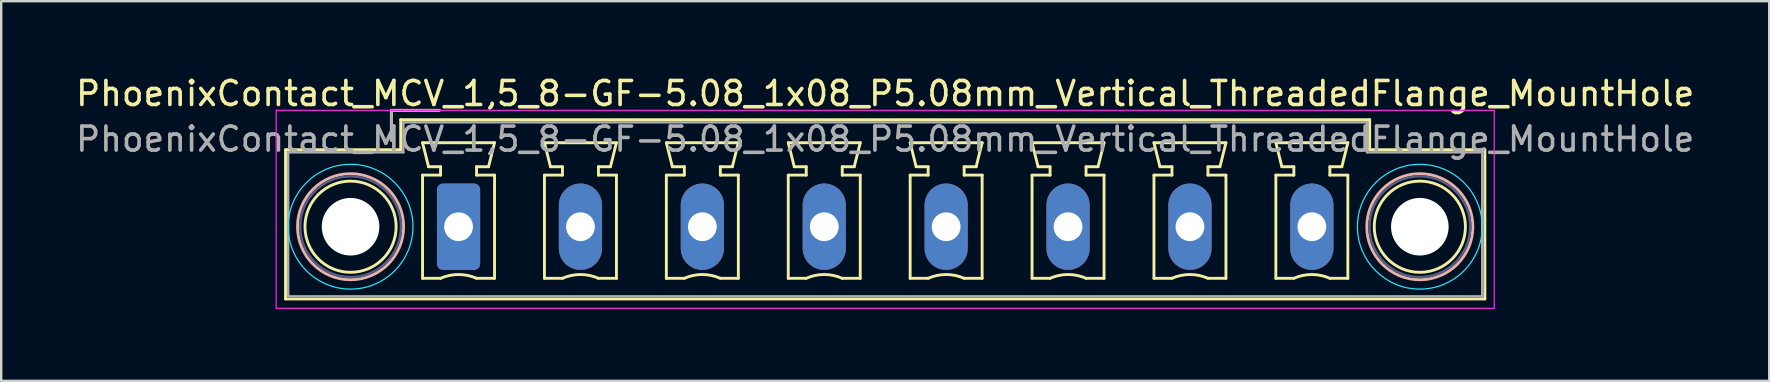
<source format=kicad_pcb>
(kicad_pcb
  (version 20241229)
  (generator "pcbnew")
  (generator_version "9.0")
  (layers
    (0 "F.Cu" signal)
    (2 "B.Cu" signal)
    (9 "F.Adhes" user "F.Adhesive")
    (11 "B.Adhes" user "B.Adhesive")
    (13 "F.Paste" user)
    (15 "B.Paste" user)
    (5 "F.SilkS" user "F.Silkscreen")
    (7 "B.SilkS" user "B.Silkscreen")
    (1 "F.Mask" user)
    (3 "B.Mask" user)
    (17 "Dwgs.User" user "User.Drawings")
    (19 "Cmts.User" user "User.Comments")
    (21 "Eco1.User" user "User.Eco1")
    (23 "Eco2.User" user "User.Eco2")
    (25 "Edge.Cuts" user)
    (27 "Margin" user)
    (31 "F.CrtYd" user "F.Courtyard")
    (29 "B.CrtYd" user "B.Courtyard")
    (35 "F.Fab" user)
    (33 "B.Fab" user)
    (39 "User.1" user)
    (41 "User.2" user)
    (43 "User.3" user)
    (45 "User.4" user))
  (footprint "PhoenixContact_MCV_1,5_8-GF-5.08_1x08_P5.08mm_Vertical_ThreadedFlange_MountHole"
    (layer "F.Cu")
    (at 16.059 6.398)
    (property "Reference" "PhoenixContact_MCV_1,5_8-GF-5.08_1x08_P5.08mm_Vertical_ThreadedFlange_MountHole" (at 17.78 -5.55 0) (layer "F.SilkS") (effects (font (size 1 1) (thickness 0.15))))
    (attr through_hole)
    (fp_line (start -7.21 -3.21) (end -7.21 3.01) (stroke (width 0.12) (type solid)) (layer "F.SilkS"))
    (fp_line (start -7.21 3.01) (end 42.77 3.01) (stroke (width 0.12) (type solid)) (layer "F.SilkS"))
    (fp_line (start -2.8 -4.85) (end -0.8 -4.85) (stroke (width 0.12) (type solid)) (layer "F.SilkS"))
    (fp_line (start -2.8 -3.6) (end -2.8 -4.85) (stroke (width 0.12) (type solid)) (layer "F.SilkS"))
    (fp_line (start -2.41 -4.46) (end -2.41 -3.21) (stroke (width 0.12) (type solid)) (layer "F.SilkS"))
    (fp_line (start -2.41 -3.21) (end -7.21 -3.21) (stroke (width 0.12) (type solid)) (layer "F.SilkS"))
    (fp_line (start -1.5 -3.5) (end 1.5 -3.5) (stroke (width 0.12) (type solid)) (layer "F.SilkS"))
    (fp_line (start -1.5 -2.15) (end -0.75 -2.15) (stroke (width 0.12) (type solid)) (layer "F.SilkS"))
    (fp_line (start -1.5 2.15) (end -1.5 -2.15) (stroke (width 0.12) (type solid)) (layer "F.SilkS"))
    (fp_line (start -1.25 -2.5) (end -1.5 -3.5) (stroke (width 0.12) (type solid)) (layer "F.SilkS"))
    (fp_line (start -0.75 -2.5) (end -1.25 -2.5) (stroke (width 0.12) (type solid)) (layer "F.SilkS"))
    (fp_line (start -0.75 -2.15) (end -0.75 -2.5) (stroke (width 0.12) (type solid)) (layer "F.SilkS"))
    (fp_line (start -0.75 2.15) (end -1.5 2.15) (stroke (width 0.12) (type solid)) (layer "F.SilkS"))
    (fp_line (start 0.75 -2.5) (end 0.75 -2.15) (stroke (width 0.12) (type solid)) (layer "F.SilkS"))
    (fp_line (start 0.75 -2.15) (end 1.5 -2.15) (stroke (width 0.12) (type solid)) (layer "F.SilkS"))
    (fp_line (start 1.25 -2.5) (end 0.75 -2.5) (stroke (width 0.12) (type solid)) (layer "F.SilkS"))
    (fp_line (start 1.5 -3.5) (end 1.25 -2.5) (stroke (width 0.12) (type solid)) (layer "F.SilkS"))
    (fp_line (start 1.5 -2.15) (end 1.5 2.15) (stroke (width 0.12) (type solid)) (layer "F.SilkS"))
    (fp_line (start 1.5 2.15) (end 0.75 2.15) (stroke (width 0.12) (type solid)) (layer "F.SilkS"))
    (fp_line (start 3.58 -3.5) (end 6.58 -3.5) (stroke (width 0.12) (type solid)) (layer "F.SilkS"))
    (fp_line (start 3.58 -2.15) (end 4.33 -2.15) (stroke (width 0.12) (type solid)) (layer "F.SilkS"))
    (fp_line (start 3.58 2.15) (end 3.58 -2.15) (stroke (width 0.12) (type solid)) (layer "F.SilkS"))
    (fp_line (start 3.83 -2.5) (end 3.58 -3.5) (stroke (width 0.12) (type solid)) (layer "F.SilkS"))
    (fp_line (start 4.33 -2.5) (end 3.83 -2.5) (stroke (width 0.12) (type solid)) (layer "F.SilkS"))
    (fp_line (start 4.33 -2.15) (end 4.33 -2.5) (stroke (width 0.12) (type solid)) (layer "F.SilkS"))
    (fp_line (start 4.33 2.15) (end 3.58 2.15) (stroke (width 0.12) (type solid)) (layer "F.SilkS"))
    (fp_line (start 5.83 -2.5) (end 5.83 -2.15) (stroke (width 0.12) (type solid)) (layer "F.SilkS"))
    (fp_line (start 5.83 -2.15) (end 6.58 -2.15) (stroke (width 0.12) (type solid)) (layer "F.SilkS"))
    (fp_line (start 6.33 -2.5) (end 5.83 -2.5) (stroke (width 0.12) (type solid)) (layer "F.SilkS"))
    (fp_line (start 6.58 -3.5) (end 6.33 -2.5) (stroke (width 0.12) (type solid)) (layer "F.SilkS"))
    (fp_line (start 6.58 -2.15) (end 6.58 2.15) (stroke (width 0.12) (type solid)) (layer "F.SilkS"))
    (fp_line (start 6.58 2.15) (end 5.83 2.15) (stroke (width 0.12) (type solid)) (layer "F.SilkS"))
    (fp_line (start 8.66 -3.5) (end 11.66 -3.5) (stroke (width 0.12) (type solid)) (layer "F.SilkS"))
    (fp_line (start 8.66 -2.15) (end 9.41 -2.15) (stroke (width 0.12) (type solid)) (layer "F.SilkS"))
    (fp_line (start 8.66 2.15) (end 8.66 -2.15) (stroke (width 0.12) (type solid)) (layer "F.SilkS"))
    (fp_line (start 8.91 -2.5) (end 8.66 -3.5) (stroke (width 0.12) (type solid)) (layer "F.SilkS"))
    (fp_line (start 9.41 -2.5) (end 8.91 -2.5) (stroke (width 0.12) (type solid)) (layer "F.SilkS"))
    (fp_line (start 9.41 -2.15) (end 9.41 -2.5) (stroke (width 0.12) (type solid)) (layer "F.SilkS"))
    (fp_line (start 9.41 2.15) (end 8.66 2.15) (stroke (width 0.12) (type solid)) (layer "F.SilkS"))
    (fp_line (start 10.91 -2.5) (end 10.91 -2.15) (stroke (width 0.12) (type solid)) (layer "F.SilkS"))
    (fp_line (start 10.91 -2.15) (end 11.66 -2.15) (stroke (width 0.12) (type solid)) (layer "F.SilkS"))
    (fp_line (start 11.41 -2.5) (end 10.91 -2.5) (stroke (width 0.12) (type solid)) (layer "F.SilkS"))
    (fp_line (start 11.66 -3.5) (end 11.41 -2.5) (stroke (width 0.12) (type solid)) (layer "F.SilkS"))
    (fp_line (start 11.66 -2.15) (end 11.66 2.15) (stroke (width 0.12) (type solid)) (layer "F.SilkS"))
    (fp_line (start 11.66 2.15) (end 10.91 2.15) (stroke (width 0.12) (type solid)) (layer "F.SilkS"))
    (fp_line (start 13.74 -3.5) (end 16.74 -3.5) (stroke (width 0.12) (type solid)) (layer "F.SilkS"))
    (fp_line (start 13.74 -2.15) (end 14.49 -2.15) (stroke (width 0.12) (type solid)) (layer "F.SilkS"))
    (fp_line (start 13.74 2.15) (end 13.74 -2.15) (stroke (width 0.12) (type solid)) (layer "F.SilkS"))
    (fp_line (start 13.99 -2.5) (end 13.74 -3.5) (stroke (width 0.12) (type solid)) (layer "F.SilkS"))
    (fp_line (start 14.49 -2.5) (end 13.99 -2.5) (stroke (width 0.12) (type solid)) (layer "F.SilkS"))
    (fp_line (start 14.49 -2.15) (end 14.49 -2.5) (stroke (width 0.12) (type solid)) (layer "F.SilkS"))
    (fp_line (start 14.49 2.15) (end 13.74 2.15) (stroke (width 0.12) (type solid)) (layer "F.SilkS"))
    (fp_line (start 15.99 -2.5) (end 15.99 -2.15) (stroke (width 0.12) (type solid)) (layer "F.SilkS"))
    (fp_line (start 15.99 -2.15) (end 16.74 -2.15) (stroke (width 0.12) (type solid)) (layer "F.SilkS"))
    (fp_line (start 16.49 -2.5) (end 15.99 -2.5) (stroke (width 0.12) (type solid)) (layer "F.SilkS"))
    (fp_line (start 16.74 -3.5) (end 16.49 -2.5) (stroke (width 0.12) (type solid)) (layer "F.SilkS"))
    (fp_line (start 16.74 -2.15) (end 16.74 2.15) (stroke (width 0.12) (type solid)) (layer "F.SilkS"))
    (fp_line (start 16.74 2.15) (end 15.99 2.15) (stroke (width 0.12) (type solid)) (layer "F.SilkS"))
    (fp_line (start 18.82 -3.5) (end 21.82 -3.5) (stroke (width 0.12) (type solid)) (layer "F.SilkS"))
    (fp_line (start 18.82 -2.15) (end 19.57 -2.15) (stroke (width 0.12) (type solid)) (layer "F.SilkS"))
    (fp_line (start 18.82 2.15) (end 18.82 -2.15) (stroke (width 0.12) (type solid)) (layer "F.SilkS"))
    (fp_line (start 19.07 -2.5) (end 18.82 -3.5) (stroke (width 0.12) (type solid)) (layer "F.SilkS"))
    (fp_line (start 19.57 -2.5) (end 19.07 -2.5) (stroke (width 0.12) (type solid)) (layer "F.SilkS"))
    (fp_line (start 19.57 -2.15) (end 19.57 -2.5) (stroke (width 0.12) (type solid)) (layer "F.SilkS"))
    (fp_line (start 19.57 2.15) (end 18.82 2.15) (stroke (width 0.12) (type solid)) (layer "F.SilkS"))
    (fp_line (start 21.07 -2.5) (end 21.07 -2.15) (stroke (width 0.12) (type solid)) (layer "F.SilkS"))
    (fp_line (start 21.07 -2.15) (end 21.82 -2.15) (stroke (width 0.12) (type solid)) (layer "F.SilkS"))
    (fp_line (start 21.57 -2.5) (end 21.07 -2.5) (stroke (width 0.12) (type solid)) (layer "F.SilkS"))
    (fp_line (start 21.82 -3.5) (end 21.57 -2.5) (stroke (width 0.12) (type solid)) (layer "F.SilkS"))
    (fp_line (start 21.82 -2.15) (end 21.82 2.15) (stroke (width 0.12) (type solid)) (layer "F.SilkS"))
    (fp_line (start 21.82 2.15) (end 21.07 2.15) (stroke (width 0.12) (type solid)) (layer "F.SilkS"))
    (fp_line (start 23.9 -3.5) (end 26.9 -3.5) (stroke (width 0.12) (type solid)) (layer "F.SilkS"))
    (fp_line (start 23.9 -2.15) (end 24.65 -2.15) (stroke (width 0.12) (type solid)) (layer "F.SilkS"))
    (fp_line (start 23.9 2.15) (end 23.9 -2.15) (stroke (width 0.12) (type solid)) (layer "F.SilkS"))
    (fp_line (start 24.15 -2.5) (end 23.9 -3.5) (stroke (width 0.12) (type solid)) (layer "F.SilkS"))
    (fp_line (start 24.65 -2.5) (end 24.15 -2.5) (stroke (width 0.12) (type solid)) (layer "F.SilkS"))
    (fp_line (start 24.65 -2.15) (end 24.65 -2.5) (stroke (width 0.12) (type solid)) (layer "F.SilkS"))
    (fp_line (start 24.65 2.15) (end 23.9 2.15) (stroke (width 0.12) (type solid)) (layer "F.SilkS"))
    (fp_line (start 26.15 -2.5) (end 26.15 -2.15) (stroke (width 0.12) (type solid)) (layer "F.SilkS"))
    (fp_line (start 26.15 -2.15) (end 26.9 -2.15) (stroke (width 0.12) (type solid)) (layer "F.SilkS"))
    (fp_line (start 26.65 -2.5) (end 26.15 -2.5) (stroke (width 0.12) (type solid)) (layer "F.SilkS"))
    (fp_line (start 26.9 -3.5) (end 26.65 -2.5) (stroke (width 0.12) (type solid)) (layer "F.SilkS"))
    (fp_line (start 26.9 -2.15) (end 26.9 2.15) (stroke (width 0.12) (type solid)) (layer "F.SilkS"))
    (fp_line (start 26.9 2.15) (end 26.15 2.15) (stroke (width 0.12) (type solid)) (layer "F.SilkS"))
    (fp_line (start 28.98 -3.5) (end 31.98 -3.5) (stroke (width 0.12) (type solid)) (layer "F.SilkS"))
    (fp_line (start 28.98 -2.15) (end 29.73 -2.15) (stroke (width 0.12) (type solid)) (layer "F.SilkS"))
    (fp_line (start 28.98 2.15) (end 28.98 -2.15) (stroke (width 0.12) (type solid)) (layer "F.SilkS"))
    (fp_line (start 29.23 -2.5) (end 28.98 -3.5) (stroke (width 0.12) (type solid)) (layer "F.SilkS"))
    (fp_line (start 29.73 -2.5) (end 29.23 -2.5) (stroke (width 0.12) (type solid)) (layer "F.SilkS"))
    (fp_line (start 29.73 -2.15) (end 29.73 -2.5) (stroke (width 0.12) (type solid)) (layer "F.SilkS"))
    (fp_line (start 29.73 2.15) (end 28.98 2.15) (stroke (width 0.12) (type solid)) (layer "F.SilkS"))
    (fp_line (start 31.23 -2.5) (end 31.23 -2.15) (stroke (width 0.12) (type solid)) (layer "F.SilkS"))
    (fp_line (start 31.23 -2.15) (end 31.98 -2.15) (stroke (width 0.12) (type solid)) (layer "F.SilkS"))
    (fp_line (start 31.73 -2.5) (end 31.23 -2.5) (stroke (width 0.12) (type solid)) (layer "F.SilkS"))
    (fp_line (start 31.98 -3.5) (end 31.73 -2.5) (stroke (width 0.12) (type solid)) (layer "F.SilkS"))
    (fp_line (start 31.98 -2.15) (end 31.98 2.15) (stroke (width 0.12) (type solid)) (layer "F.SilkS"))
    (fp_line (start 31.98 2.15) (end 31.23 2.15) (stroke (width 0.12) (type solid)) (layer "F.SilkS"))
    (fp_line (start 34.06 -3.5) (end 37.06 -3.5) (stroke (width 0.12) (type solid)) (layer "F.SilkS"))
    (fp_line (start 34.06 -2.15) (end 34.81 -2.15) (stroke (width 0.12) (type solid)) (layer "F.SilkS"))
    (fp_line (start 34.06 2.15) (end 34.06 -2.15) (stroke (width 0.12) (type solid)) (layer "F.SilkS"))
    (fp_line (start 34.31 -2.5) (end 34.06 -3.5) (stroke (width 0.12) (type solid)) (layer "F.SilkS"))
    (fp_line (start 34.81 -2.5) (end 34.31 -2.5) (stroke (width 0.12) (type solid)) (layer "F.SilkS"))
    (fp_line (start 34.81 -2.15) (end 34.81 -2.5) (stroke (width 0.12) (type solid)) (layer "F.SilkS"))
    (fp_line (start 34.81 2.15) (end 34.06 2.15) (stroke (width 0.12) (type solid)) (layer "F.SilkS"))
    (fp_line (start 36.31 -2.5) (end 36.31 -2.15) (stroke (width 0.12) (type solid)) (layer "F.SilkS"))
    (fp_line (start 36.31 -2.15) (end 37.06 -2.15) (stroke (width 0.12) (type solid)) (layer "F.SilkS"))
    (fp_line (start 36.81 -2.5) (end 36.31 -2.5) (stroke (width 0.12) (type solid)) (layer "F.SilkS"))
    (fp_line (start 37.06 -3.5) (end 36.81 -2.5) (stroke (width 0.12) (type solid)) (layer "F.SilkS"))
    (fp_line (start 37.06 -2.15) (end 37.06 2.15) (stroke (width 0.12) (type solid)) (layer "F.SilkS"))
    (fp_line (start 37.06 2.15) (end 36.31 2.15) (stroke (width 0.12) (type solid)) (layer "F.SilkS"))
    (fp_line (start 37.97 -4.46) (end -2.41 -4.46) (stroke (width 0.12) (type solid)) (layer "F.SilkS"))
    (fp_line (start 37.97 -3.21) (end 37.97 -4.46) (stroke (width 0.12) (type solid)) (layer "F.SilkS"))
    (fp_line (start 42.77 -3.21) (end 37.97 -3.21) (stroke (width 0.12) (type solid)) (layer "F.SilkS"))
    (fp_line (start 42.77 3.01) (end 42.77 -3.21) (stroke (width 0.12) (type solid)) (layer "F.SilkS"))
    (fp_arc (start -0.75 2.15) (mid -0.000193 1.99191) (end 0.749647 2.149844) (stroke (width 0.12) (type solid)) (layer "F.SilkS"))
    (fp_arc (start 4.33 2.15) (mid 5.079807 1.99191) (end 5.829647 2.149844) (stroke (width 0.12) (type solid)) (layer "F.SilkS"))
    (fp_arc (start 9.41 2.15) (mid 10.159807 1.99191) (end 10.909647 2.149844) (stroke (width 0.12) (type solid)) (layer "F.SilkS"))
    (fp_arc (start 14.49 2.15) (mid 15.239807 1.99191) (end 15.989647 2.149844) (stroke (width 0.12) (type solid)) (layer "F.SilkS"))
    (fp_arc (start 19.57 2.15) (mid 20.319807 1.99191) (end 21.069647 2.149844) (stroke (width 0.12) (type solid)) (layer "F.SilkS"))
    (fp_arc (start 24.65 2.15) (mid 25.399807 1.99191) (end 26.149647 2.149844) (stroke (width 0.12) (type solid)) (layer "F.SilkS"))
    (fp_arc (start 29.73 2.15) (mid 30.479807 1.99191) (end 31.229647 2.149844) (stroke (width 0.12) (type solid)) (layer "F.SilkS"))
    (fp_arc (start 34.81 2.15) (mid 35.559807 1.99191) (end 36.309647 2.149844) (stroke (width 0.12) (type solid)) (layer "F.SilkS"))
    (fp_circle (center -4.5 0) (end -2.6 0) (stroke (width 0.12) (type solid)) (fill no) (layer "F.SilkS"))
    (fp_circle (center 40.06 0) (end 41.96 0) (stroke (width 0.12) (type solid)) (fill no) (layer "F.SilkS"))
    (fp_circle (center -4.5 0) (end -2.29 0) (stroke (width 0.12) (type solid)) (fill no) (layer "B.SilkS"))
    (fp_circle (center 40.06 0) (end 42.27 0) (stroke (width 0.12) (type solid)) (fill no) (layer "B.SilkS"))
    (fp_circle (center -4.5 0) (end -1.9 0) (stroke (width 0.05) (type solid)) (fill no) (layer "B.CrtYd"))
    (fp_circle (center 40.06 0) (end 42.66 0) (stroke (width 0.05) (type solid)) (fill no) (layer "B.CrtYd"))
    (fp_line (start -7.6 -4.85) (end -7.6 3.4) (stroke (width 0.05) (type solid)) (layer "F.CrtYd"))
    (fp_line (start -7.6 3.4) (end 43.16 3.4) (stroke (width 0.05) (type solid)) (layer "F.CrtYd"))
    (fp_line (start 43.16 -4.85) (end -7.6 -4.85) (stroke (width 0.05) (type solid)) (layer "F.CrtYd"))
    (fp_line (start 43.16 3.4) (end 43.16 -4.85) (stroke (width 0.05) (type solid)) (layer "F.CrtYd"))
    (fp_circle (center -4.5 0) (end -2.4 0) (stroke (width 0.1) (type solid)) (fill no) (layer "B.Fab"))
    (fp_circle (center 40.06 0) (end 42.16 0) (stroke (width 0.1) (type solid)) (fill no) (layer "B.Fab"))
    (fp_line (start -7.1 -3.1) (end -7.1 2.9) (stroke (width 0.1) (type solid)) (layer "F.Fab"))
    (fp_line (start -7.1 2.9) (end 42.66 2.9) (stroke (width 0.1) (type solid)) (layer "F.Fab"))
    (fp_line (start -2.8 -4.85) (end -0.8 -4.85) (stroke (width 0.1) (type solid)) (layer "F.Fab"))
    (fp_line (start -2.8 -3.6) (end -2.8 -4.85) (stroke (width 0.1) (type solid)) (layer "F.Fab"))
    (fp_line (start -2.3 -4.35) (end -2.3 -3.1) (stroke (width 0.1) (type solid)) (layer "F.Fab"))
    (fp_line (start -2.3 -3.1) (end -7.1 -3.1) (stroke (width 0.1) (type solid)) (layer "F.Fab"))
    (fp_line (start 37.86 -4.35) (end -2.3 -4.35) (stroke (width 0.1) (type solid)) (layer "F.Fab"))
    (fp_line (start 37.86 -3.1) (end 37.86 -4.35) (stroke (width 0.1) (type solid)) (layer "F.Fab"))
    (fp_line (start 42.66 -3.1) (end 37.86 -3.1) (stroke (width 0.1) (type solid)) (layer "F.Fab"))
    (fp_line (start 42.66 2.9) (end 42.66 -3.1) (stroke (width 0.1) (type solid)) (layer "F.Fab"))
    (fp_text user "${REFERENCE}" (at 17.78 -3.65 0) (layer "F.Fab") (effects (font (size 1 1) (thickness 0.15))))
    (pad "" np_thru_hole circle (at -4.5 0) (size 2.4 2.4) (drill 2.4) (layers "*.Cu" "*.Mask"))
    (pad "" np_thru_hole circle (at 40.06 0) (size 2.4 2.4) (drill 2.4) (layers "*.Cu" "*.Mask"))
    (pad "1" thru_hole roundrect (at 0 0) (size 1.8 3.6) (drill 1.2) (layers "*.Cu" "*.Mask") (roundrect_rratio 0.139))
    (pad "2" thru_hole oval (at 5.08 0) (size 1.8 3.6) (drill 1.2) (layers "*.Cu" "*.Mask"))
    (pad "3" thru_hole oval (at 10.16 0) (size 1.8 3.6) (drill 1.2) (layers "*.Cu" "*.Mask"))
    (pad "4" thru_hole oval (at 15.24 0) (size 1.8 3.6) (drill 1.2) (layers "*.Cu" "*.Mask"))
    (pad "5" thru_hole oval (at 20.32 0) (size 1.8 3.6) (drill 1.2) (layers "*.Cu" "*.Mask"))
    (pad "6" thru_hole oval (at 25.4 0) (size 1.8 3.6) (drill 1.2) (layers "*.Cu" "*.Mask"))
    (pad "7" thru_hole oval (at 30.48 0) (size 1.8 3.6) (drill 1.2) (layers "*.Cu" "*.Mask"))
    (pad "8" thru_hole oval (at 35.56 0) (size 1.8 3.6) (drill 1.2) (layers "*.Cu" "*.Mask")))
  (gr_rect
    (start -3 -3)
    (end 70.679 12.823)
    (stroke (width 0.1) (type default))
    (fill no)
    (layer "Edge.Cuts")))
</source>
